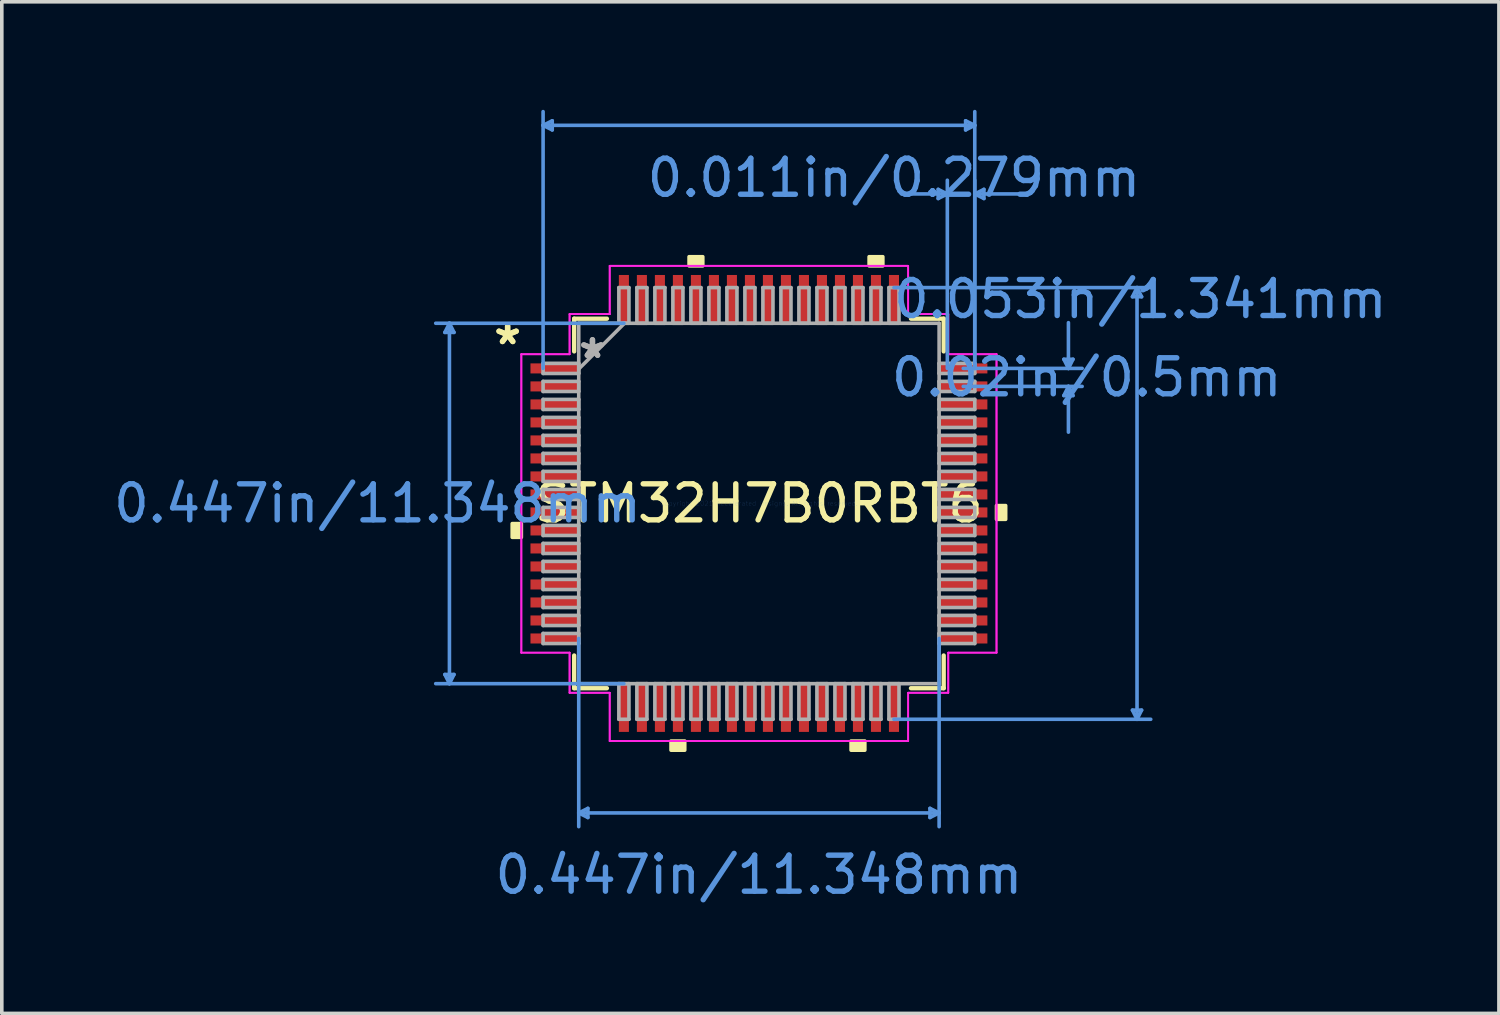
<source format=kicad_pcb>
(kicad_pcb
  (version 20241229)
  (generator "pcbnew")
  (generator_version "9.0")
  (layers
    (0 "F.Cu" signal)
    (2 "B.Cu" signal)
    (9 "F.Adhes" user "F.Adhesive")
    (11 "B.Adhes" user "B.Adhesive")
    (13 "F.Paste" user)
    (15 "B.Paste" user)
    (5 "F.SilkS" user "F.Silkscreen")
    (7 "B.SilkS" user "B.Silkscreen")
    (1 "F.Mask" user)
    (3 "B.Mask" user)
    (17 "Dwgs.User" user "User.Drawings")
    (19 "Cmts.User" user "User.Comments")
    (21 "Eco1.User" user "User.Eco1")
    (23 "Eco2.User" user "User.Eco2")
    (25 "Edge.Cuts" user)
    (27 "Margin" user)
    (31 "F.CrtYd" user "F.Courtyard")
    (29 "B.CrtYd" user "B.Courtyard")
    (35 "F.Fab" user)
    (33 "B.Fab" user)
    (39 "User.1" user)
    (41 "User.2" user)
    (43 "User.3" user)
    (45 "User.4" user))
  (footprint "STM32H7B0RBT6"
    (layer "F.Cu")
    (at 18.026 10.931)
    (property "Reference" "STM32H7B0RBT6" (at 0 0 0) (layer "F.SilkS") (effects (font (size 1 1) (thickness 0.15))))
    (attr through_hole)
    (fp_line (start -5.131 -5.131) (end -5.131 -4.222) (stroke (width 0.12) (type solid)) (layer "F.SilkS"))
    (fp_line (start -5.131 4.222) (end -5.131 5.131) (stroke (width 0.12) (type solid)) (layer "F.SilkS"))
    (fp_line (start -5.131 5.131) (end -4.222 5.131) (stroke (width 0.12) (type solid)) (layer "F.SilkS"))
    (fp_line (start -4.222 -5.131) (end -5.131 -5.131) (stroke (width 0.12) (type solid)) (layer "F.SilkS"))
    (fp_line (start 4.222 5.131) (end 5.131 5.131) (stroke (width 0.12) (type solid)) (layer "F.SilkS"))
    (fp_line (start 5.131 -5.131) (end 4.222 -5.131) (stroke (width 0.12) (type solid)) (layer "F.SilkS"))
    (fp_line (start 5.131 -4.222) (end 5.131 -5.131) (stroke (width 0.12) (type solid)) (layer "F.SilkS"))
    (fp_line (start 5.131 5.131) (end 5.131 4.222) (stroke (width 0.12) (type solid)) (layer "F.SilkS"))
    (fp_poly (pts (xy -6.852 0.56) (xy -6.852 0.941) (xy -6.598 0.941) (xy -6.598 0.56)) (stroke (width 0.1) (type solid)) (fill yes) (layer "F.SilkS"))
    (fp_poly (pts (xy -2.441 6.598) (xy -2.441 6.852) (xy -2.06 6.852) (xy -2.06 6.598)) (stroke (width 0.1) (type solid)) (fill yes) (layer "F.SilkS"))
    (fp_poly (pts (xy -1.94 -6.598) (xy -1.94 -6.852) (xy -1.559 -6.852) (xy -1.559 -6.598)) (stroke (width 0.1) (type solid)) (fill yes) (layer "F.SilkS"))
    (fp_poly (pts (xy 2.559 6.598) (xy 2.559 6.852) (xy 2.941 6.852) (xy 2.941 6.598)) (stroke (width 0.1) (type solid)) (fill yes) (layer "F.SilkS"))
    (fp_poly (pts (xy 3.06 -6.598) (xy 3.06 -6.852) (xy 3.441 -6.852) (xy 3.441 -6.598)) (stroke (width 0.1) (type solid)) (fill yes) (layer "F.SilkS"))
    (fp_poly (pts (xy 6.852 0.059) (xy 6.852 0.441) (xy 6.598 0.441) (xy 6.598 0.059)) (stroke (width 0.1) (type solid)) (fill yes) (layer "F.SilkS"))
    (fp_line (start -8.722 -4.75) (end -8.468 -4.75) (stroke (width 0.1) (type solid)) (layer "Cmts.User"))
    (fp_line (start -8.722 4.75) (end -8.468 4.75) (stroke (width 0.1) (type solid)) (layer "Cmts.User"))
    (fp_line (start -8.595 -5.004) (end -8.722 -4.75) (stroke (width 0.1) (type solid)) (layer "Cmts.User"))
    (fp_line (start -8.595 -5.004) (end -8.595 5.004) (stroke (width 0.1) (type solid)) (layer "Cmts.User"))
    (fp_line (start -8.595 -5.004) (end -8.468 -4.75) (stroke (width 0.1) (type solid)) (layer "Cmts.User"))
    (fp_line (start -8.595 5.004) (end -8.722 4.75) (stroke (width 0.1) (type solid)) (layer "Cmts.User"))
    (fp_line (start -8.595 5.004) (end -8.468 4.75) (stroke (width 0.1) (type solid)) (layer "Cmts.User"))
    (fp_line (start -5.994 -10.5) (end -5.74 -10.627) (stroke (width 0.1) (type solid)) (layer "Cmts.User"))
    (fp_line (start -5.994 -10.5) (end -5.74 -10.373) (stroke (width 0.1) (type solid)) (layer "Cmts.User"))
    (fp_line (start -5.994 -10.5) (end 5.994 -10.5) (stroke (width 0.1) (type solid)) (layer "Cmts.User"))
    (fp_line (start -5.994 -3.75) (end -5.994 -10.881) (stroke (width 0.1) (type solid)) (layer "Cmts.User"))
    (fp_line (start -5.74 -10.627) (end -5.74 -10.373) (stroke (width 0.1) (type solid)) (layer "Cmts.User"))
    (fp_line (start -5.004 3.75) (end -5.004 8.976) (stroke (width 0.1) (type solid)) (layer "Cmts.User"))
    (fp_line (start -5.004 8.595) (end -4.75 8.468) (stroke (width 0.1) (type solid)) (layer "Cmts.User"))
    (fp_line (start -5.004 8.595) (end -4.75 8.722) (stroke (width 0.1) (type solid)) (layer "Cmts.User"))
    (fp_line (start -5.004 8.595) (end 5.004 8.595) (stroke (width 0.1) (type solid)) (layer "Cmts.User"))
    (fp_line (start -4.75 8.468) (end -4.75 8.722) (stroke (width 0.1) (type solid)) (layer "Cmts.User"))
    (fp_line (start -3.75 -5.004) (end -8.976 -5.004) (stroke (width 0.1) (type solid)) (layer "Cmts.User"))
    (fp_line (start -3.75 5.004) (end -8.976 5.004) (stroke (width 0.1) (type solid)) (layer "Cmts.User"))
    (fp_line (start 3.75 -5.994) (end 10.881 -5.994) (stroke (width 0.1) (type solid)) (layer "Cmts.User"))
    (fp_line (start 3.75 5.994) (end 10.881 5.994) (stroke (width 0.1) (type solid)) (layer "Cmts.User"))
    (fp_line (start 4.75 8.468) (end 4.75 8.722) (stroke (width 0.1) (type solid)) (layer "Cmts.User"))
    (fp_line (start 4.978 -8.722) (end 4.978 -8.468) (stroke (width 0.1) (type solid)) (layer "Cmts.User"))
    (fp_line (start 5.004 3.75) (end 5.004 8.976) (stroke (width 0.1) (type solid)) (layer "Cmts.User"))
    (fp_line (start 5.004 8.595) (end 4.75 8.468) (stroke (width 0.1) (type solid)) (layer "Cmts.User"))
    (fp_line (start 5.004 8.595) (end 4.75 8.722) (stroke (width 0.1) (type solid)) (layer "Cmts.User"))
    (fp_line (start 5.232 -8.595) (end 3.962 -8.595) (stroke (width 0.1) (type solid)) (layer "Cmts.User"))
    (fp_line (start 5.232 -8.595) (end 4.978 -8.722) (stroke (width 0.1) (type solid)) (layer "Cmts.User"))
    (fp_line (start 5.232 -8.595) (end 4.978 -8.468) (stroke (width 0.1) (type solid)) (layer "Cmts.User"))
    (fp_line (start 5.232 -3.75) (end 5.232 -8.976) (stroke (width 0.1) (type solid)) (layer "Cmts.User"))
    (fp_line (start 5.674 -3.75) (end 8.976 -3.75) (stroke (width 0.1) (type solid)) (layer "Cmts.User"))
    (fp_line (start 5.674 -3.25) (end 8.976 -3.25) (stroke (width 0.1) (type solid)) (layer "Cmts.User"))
    (fp_line (start 5.74 -10.627) (end 5.74 -10.373) (stroke (width 0.1) (type solid)) (layer "Cmts.User"))
    (fp_line (start 5.994 -10.5) (end 5.74 -10.627) (stroke (width 0.1) (type solid)) (layer "Cmts.User"))
    (fp_line (start 5.994 -10.5) (end 5.74 -10.373) (stroke (width 0.1) (type solid)) (layer "Cmts.User"))
    (fp_line (start 5.994 -8.595) (end 6.248 -8.722) (stroke (width 0.1) (type solid)) (layer "Cmts.User"))
    (fp_line (start 5.994 -8.595) (end 6.248 -8.468) (stroke (width 0.1) (type solid)) (layer "Cmts.User"))
    (fp_line (start 5.994 -8.595) (end 7.264 -8.595) (stroke (width 0.1) (type solid)) (layer "Cmts.User"))
    (fp_line (start 5.994 -3.75) (end 5.994 -10.881) (stroke (width 0.1) (type solid)) (layer "Cmts.User"))
    (fp_line (start 5.994 -3.75) (end 5.994 -8.976) (stroke (width 0.1) (type solid)) (layer "Cmts.User"))
    (fp_line (start 6.248 -8.722) (end 6.248 -8.468) (stroke (width 0.1) (type solid)) (layer "Cmts.User"))
    (fp_line (start 8.468 -4.004) (end 8.722 -4.004) (stroke (width 0.1) (type solid)) (layer "Cmts.User"))
    (fp_line (start 8.468 -2.996) (end 8.722 -2.996) (stroke (width 0.1) (type solid)) (layer "Cmts.User"))
    (fp_line (start 8.595 -3.75) (end 8.468 -4.004) (stroke (width 0.1) (type solid)) (layer "Cmts.User"))
    (fp_line (start 8.595 -3.75) (end 8.595 -5.02) (stroke (width 0.1) (type solid)) (layer "Cmts.User"))
    (fp_line (start 8.595 -3.75) (end 8.722 -4.004) (stroke (width 0.1) (type solid)) (layer "Cmts.User"))
    (fp_line (start 8.595 -3.25) (end 8.468 -2.996) (stroke (width 0.1) (type solid)) (layer "Cmts.User"))
    (fp_line (start 8.595 -3.25) (end 8.595 -1.98) (stroke (width 0.1) (type solid)) (layer "Cmts.User"))
    (fp_line (start 8.595 -3.25) (end 8.722 -2.996) (stroke (width 0.1) (type solid)) (layer "Cmts.User"))
    (fp_line (start 10.373 -5.74) (end 10.627 -5.74) (stroke (width 0.1) (type solid)) (layer "Cmts.User"))
    (fp_line (start 10.373 5.74) (end 10.627 5.74) (stroke (width 0.1) (type solid)) (layer "Cmts.User"))
    (fp_line (start 10.5 -5.994) (end 10.373 -5.74) (stroke (width 0.1) (type solid)) (layer "Cmts.User"))
    (fp_line (start 10.5 -5.994) (end 10.5 5.994) (stroke (width 0.1) (type solid)) (layer "Cmts.User"))
    (fp_line (start 10.5 -5.994) (end 10.627 -5.74) (stroke (width 0.1) (type solid)) (layer "Cmts.User"))
    (fp_line (start 10.5 5.994) (end 10.373 5.74) (stroke (width 0.1) (type solid)) (layer "Cmts.User"))
    (fp_line (start 10.5 5.994) (end 10.627 5.74) (stroke (width 0.1) (type solid)) (layer "Cmts.User"))
    (fp_line (start -6.598 -4.144) (end -5.258 -4.144) (stroke (width 0.05) (type solid)) (layer "F.CrtYd"))
    (fp_line (start -6.598 -4.144) (end -5.258 -4.144) (stroke (width 0.05) (type solid)) (layer "F.CrtYd"))
    (fp_line (start -6.598 4.144) (end -6.598 -4.144) (stroke (width 0.05) (type solid)) (layer "F.CrtYd"))
    (fp_line (start -6.598 4.144) (end -6.598 -4.144) (stroke (width 0.05) (type solid)) (layer "F.CrtYd"))
    (fp_line (start -5.258 -5.258) (end -4.144 -5.258) (stroke (width 0.05) (type solid)) (layer "F.CrtYd"))
    (fp_line (start -5.258 -5.258) (end -4.144 -5.258) (stroke (width 0.05) (type solid)) (layer "F.CrtYd"))
    (fp_line (start -5.258 -4.144) (end -5.258 -5.258) (stroke (width 0.05) (type solid)) (layer "F.CrtYd"))
    (fp_line (start -5.258 -4.144) (end -5.258 -5.258) (stroke (width 0.05) (type solid)) (layer "F.CrtYd"))
    (fp_line (start -5.258 4.144) (end -6.598 4.144) (stroke (width 0.05) (type solid)) (layer "F.CrtYd"))
    (fp_line (start -5.258 4.144) (end -6.598 4.144) (stroke (width 0.05) (type solid)) (layer "F.CrtYd"))
    (fp_line (start -5.258 5.258) (end -5.258 4.144) (stroke (width 0.05) (type solid)) (layer "F.CrtYd"))
    (fp_line (start -5.258 5.258) (end -5.258 4.144) (stroke (width 0.05) (type solid)) (layer "F.CrtYd"))
    (fp_line (start -5.258 5.258) (end -4.144 5.258) (stroke (width 0.05) (type solid)) (layer "F.CrtYd"))
    (fp_line (start -4.144 -6.598) (end 4.144 -6.598) (stroke (width 0.05) (type solid)) (layer "F.CrtYd"))
    (fp_line (start -4.144 -6.598) (end 4.144 -6.598) (stroke (width 0.05) (type solid)) (layer "F.CrtYd"))
    (fp_line (start -4.144 -5.258) (end -4.144 -6.598) (stroke (width 0.05) (type solid)) (layer "F.CrtYd"))
    (fp_line (start -4.144 -5.258) (end -4.144 -6.598) (stroke (width 0.05) (type solid)) (layer "F.CrtYd"))
    (fp_line (start -4.144 5.258) (end -5.258 5.258) (stroke (width 0.05) (type solid)) (layer "F.CrtYd"))
    (fp_line (start -4.144 5.258) (end -4.144 6.598) (stroke (width 0.05) (type solid)) (layer "F.CrtYd"))
    (fp_line (start -4.144 6.598) (end -4.144 5.258) (stroke (width 0.05) (type solid)) (layer "F.CrtYd"))
    (fp_line (start -4.144 6.598) (end 4.144 6.598) (stroke (width 0.05) (type solid)) (layer "F.CrtYd"))
    (fp_line (start 4.144 -6.598) (end 4.144 -5.258) (stroke (width 0.05) (type solid)) (layer "F.CrtYd"))
    (fp_line (start 4.144 -6.598) (end 4.144 -5.258) (stroke (width 0.05) (type solid)) (layer "F.CrtYd"))
    (fp_line (start 4.144 -5.258) (end 5.258 -5.258) (stroke (width 0.05) (type solid)) (layer "F.CrtYd"))
    (fp_line (start 4.144 -5.258) (end 5.258 -5.258) (stroke (width 0.05) (type solid)) (layer "F.CrtYd"))
    (fp_line (start 4.144 5.258) (end 4.144 6.598) (stroke (width 0.05) (type solid)) (layer "F.CrtYd"))
    (fp_line (start 4.144 5.258) (end 5.258 5.258) (stroke (width 0.05) (type solid)) (layer "F.CrtYd"))
    (fp_line (start 4.144 6.598) (end -4.144 6.598) (stroke (width 0.05) (type solid)) (layer "F.CrtYd"))
    (fp_line (start 4.144 6.598) (end 4.144 5.258) (stroke (width 0.05) (type solid)) (layer "F.CrtYd"))
    (fp_line (start 5.258 -5.258) (end 5.258 -4.144) (stroke (width 0.05) (type solid)) (layer "F.CrtYd"))
    (fp_line (start 5.258 -4.144) (end 5.258 -5.258) (stroke (width 0.05) (type solid)) (layer "F.CrtYd"))
    (fp_line (start 5.258 -4.144) (end 6.598 -4.144) (stroke (width 0.05) (type solid)) (layer "F.CrtYd"))
    (fp_line (start 5.258 4.144) (end 5.258 5.258) (stroke (width 0.05) (type solid)) (layer "F.CrtYd"))
    (fp_line (start 5.258 4.144) (end 6.598 4.144) (stroke (width 0.05) (type solid)) (layer "F.CrtYd"))
    (fp_line (start 5.258 5.258) (end 4.144 5.258) (stroke (width 0.05) (type solid)) (layer "F.CrtYd"))
    (fp_line (start 5.258 5.258) (end 5.258 4.144) (stroke (width 0.05) (type solid)) (layer "F.CrtYd"))
    (fp_line (start 6.598 -4.144) (end 5.258 -4.144) (stroke (width 0.05) (type solid)) (layer "F.CrtYd"))
    (fp_line (start 6.598 -4.144) (end 6.598 4.144) (stroke (width 0.05) (type solid)) (layer "F.CrtYd"))
    (fp_line (start 6.598 4.144) (end 5.258 4.144) (stroke (width 0.05) (type solid)) (layer "F.CrtYd"))
    (fp_line (start 6.598 4.144) (end 6.598 -4.144) (stroke (width 0.05) (type solid)) (layer "F.CrtYd"))
    (fp_line (start -5.994 -3.89) (end -5.994 -3.61) (stroke (width 0.1) (type solid)) (layer "F.Fab"))
    (fp_line (start -5.994 -3.61) (end -5.004 -3.61) (stroke (width 0.1) (type solid)) (layer "F.Fab"))
    (fp_line (start -5.994 -3.39) (end -5.994 -3.11) (stroke (width 0.1) (type solid)) (layer "F.Fab"))
    (fp_line (start -5.994 -3.11) (end -5.004 -3.11) (stroke (width 0.1) (type solid)) (layer "F.Fab"))
    (fp_line (start -5.994 -2.89) (end -5.994 -2.61) (stroke (width 0.1) (type solid)) (layer "F.Fab"))
    (fp_line (start -5.994 -2.61) (end -5.004 -2.61) (stroke (width 0.1) (type solid)) (layer "F.Fab"))
    (fp_line (start -5.994 -2.39) (end -5.994 -2.11) (stroke (width 0.1) (type solid)) (layer "F.Fab"))
    (fp_line (start -5.994 -2.11) (end -5.004 -2.11) (stroke (width 0.1) (type solid)) (layer "F.Fab"))
    (fp_line (start -5.994 -1.89) (end -5.994 -1.61) (stroke (width 0.1) (type solid)) (layer "F.Fab"))
    (fp_line (start -5.994 -1.61) (end -5.004 -1.61) (stroke (width 0.1) (type solid)) (layer "F.Fab"))
    (fp_line (start -5.994 -1.39) (end -5.994 -1.11) (stroke (width 0.1) (type solid)) (layer "F.Fab"))
    (fp_line (start -5.994 -1.11) (end -5.004 -1.11) (stroke (width 0.1) (type solid)) (layer "F.Fab"))
    (fp_line (start -5.994 -0.89) (end -5.994 -0.61) (stroke (width 0.1) (type solid)) (layer "F.Fab"))
    (fp_line (start -5.994 -0.61) (end -5.004 -0.61) (stroke (width 0.1) (type solid)) (layer "F.Fab"))
    (fp_line (start -5.994 -0.39) (end -5.994 -0.11) (stroke (width 0.1) (type solid)) (layer "F.Fab"))
    (fp_line (start -5.994 -0.11) (end -5.004 -0.11) (stroke (width 0.1) (type solid)) (layer "F.Fab"))
    (fp_line (start -5.994 0.11) (end -5.994 0.39) (stroke (width 0.1) (type solid)) (layer "F.Fab"))
    (fp_line (start -5.994 0.39) (end -5.004 0.39) (stroke (width 0.1) (type solid)) (layer "F.Fab"))
    (fp_line (start -5.994 0.61) (end -5.994 0.89) (stroke (width 0.1) (type solid)) (layer "F.Fab"))
    (fp_line (start -5.994 0.89) (end -5.004 0.89) (stroke (width 0.1) (type solid)) (layer "F.Fab"))
    (fp_line (start -5.994 1.11) (end -5.994 1.39) (stroke (width 0.1) (type solid)) (layer "F.Fab"))
    (fp_line (start -5.994 1.39) (end -5.004 1.39) (stroke (width 0.1) (type solid)) (layer "F.Fab"))
    (fp_line (start -5.994 1.61) (end -5.994 1.89) (stroke (width 0.1) (type solid)) (layer "F.Fab"))
    (fp_line (start -5.994 1.89) (end -5.004 1.89) (stroke (width 0.1) (type solid)) (layer "F.Fab"))
    (fp_line (start -5.994 2.11) (end -5.994 2.39) (stroke (width 0.1) (type solid)) (layer "F.Fab"))
    (fp_line (start -5.994 2.39) (end -5.004 2.39) (stroke (width 0.1) (type solid)) (layer "F.Fab"))
    (fp_line (start -5.994 2.61) (end -5.994 2.89) (stroke (width 0.1) (type solid)) (layer "F.Fab"))
    (fp_line (start -5.994 2.89) (end -5.004 2.89) (stroke (width 0.1) (type solid)) (layer "F.Fab"))
    (fp_line (start -5.994 3.11) (end -5.994 3.39) (stroke (width 0.1) (type solid)) (layer "F.Fab"))
    (fp_line (start -5.994 3.39) (end -5.004 3.39) (stroke (width 0.1) (type solid)) (layer "F.Fab"))
    (fp_line (start -5.994 3.61) (end -5.994 3.89) (stroke (width 0.1) (type solid)) (layer "F.Fab"))
    (fp_line (start -5.994 3.89) (end -5.004 3.89) (stroke (width 0.1) (type solid)) (layer "F.Fab"))
    (fp_line (start -5.004 -5.004) (end -5.004 5.004) (stroke (width 0.1) (type solid)) (layer "F.Fab"))
    (fp_line (start -5.004 -3.89) (end -5.994 -3.89) (stroke (width 0.1) (type solid)) (layer "F.Fab"))
    (fp_line (start -5.004 -3.734) (end -3.734 -5.004) (stroke (width 0.1) (type solid)) (layer "F.Fab"))
    (fp_line (start -5.004 -3.61) (end -5.004 -3.89) (stroke (width 0.1) (type solid)) (layer "F.Fab"))
    (fp_line (start -5.004 -3.39) (end -5.994 -3.39) (stroke (width 0.1) (type solid)) (layer "F.Fab"))
    (fp_line (start -5.004 -3.11) (end -5.004 -3.39) (stroke (width 0.1) (type solid)) (layer "F.Fab"))
    (fp_line (start -5.004 -2.89) (end -5.994 -2.89) (stroke (width 0.1) (type solid)) (layer "F.Fab"))
    (fp_line (start -5.004 -2.61) (end -5.004 -2.89) (stroke (width 0.1) (type solid)) (layer "F.Fab"))
    (fp_line (start -5.004 -2.39) (end -5.994 -2.39) (stroke (width 0.1) (type solid)) (layer "F.Fab"))
    (fp_line (start -5.004 -2.11) (end -5.004 -2.39) (stroke (width 0.1) (type solid)) (layer "F.Fab"))
    (fp_line (start -5.004 -1.89) (end -5.994 -1.89) (stroke (width 0.1) (type solid)) (layer "F.Fab"))
    (fp_line (start -5.004 -1.61) (end -5.004 -1.89) (stroke (width 0.1) (type solid)) (layer "F.Fab"))
    (fp_line (start -5.004 -1.39) (end -5.994 -1.39) (stroke (width 0.1) (type solid)) (layer "F.Fab"))
    (fp_line (start -5.004 -1.11) (end -5.004 -1.39) (stroke (width 0.1) (type solid)) (layer "F.Fab"))
    (fp_line (start -5.004 -0.89) (end -5.994 -0.89) (stroke (width 0.1) (type solid)) (layer "F.Fab"))
    (fp_line (start -5.004 -0.61) (end -5.004 -0.89) (stroke (width 0.1) (type solid)) (layer "F.Fab"))
    (fp_line (start -5.004 -0.39) (end -5.994 -0.39) (stroke (width 0.1) (type solid)) (layer "F.Fab"))
    (fp_line (start -5.004 -0.11) (end -5.004 -0.39) (stroke (width 0.1) (type solid)) (layer "F.Fab"))
    (fp_line (start -5.004 0.11) (end -5.994 0.11) (stroke (width 0.1) (type solid)) (layer "F.Fab"))
    (fp_line (start -5.004 0.39) (end -5.004 0.11) (stroke (width 0.1) (type solid)) (layer "F.Fab"))
    (fp_line (start -5.004 0.61) (end -5.994 0.61) (stroke (width 0.1) (type solid)) (layer "F.Fab"))
    (fp_line (start -5.004 0.89) (end -5.004 0.61) (stroke (width 0.1) (type solid)) (layer "F.Fab"))
    (fp_line (start -5.004 1.11) (end -5.994 1.11) (stroke (width 0.1) (type solid)) (layer "F.Fab"))
    (fp_line (start -5.004 1.39) (end -5.004 1.11) (stroke (width 0.1) (type solid)) (layer "F.Fab"))
    (fp_line (start -5.004 1.61) (end -5.994 1.61) (stroke (width 0.1) (type solid)) (layer "F.Fab"))
    (fp_line (start -5.004 1.89) (end -5.004 1.61) (stroke (width 0.1) (type solid)) (layer "F.Fab"))
    (fp_line (start -5.004 2.11) (end -5.994 2.11) (stroke (width 0.1) (type solid)) (layer "F.Fab"))
    (fp_line (start -5.004 2.39) (end -5.004 2.11) (stroke (width 0.1) (type solid)) (layer "F.Fab"))
    (fp_line (start -5.004 2.61) (end -5.994 2.61) (stroke (width 0.1) (type solid)) (layer "F.Fab"))
    (fp_line (start -5.004 2.89) (end -5.004 2.61) (stroke (width 0.1) (type solid)) (layer "F.Fab"))
    (fp_line (start -5.004 3.11) (end -5.994 3.11) (stroke (width 0.1) (type solid)) (layer "F.Fab"))
    (fp_line (start -5.004 3.39) (end -5.004 3.11) (stroke (width 0.1) (type solid)) (layer "F.Fab"))
    (fp_line (start -5.004 3.61) (end -5.994 3.61) (stroke (width 0.1) (type solid)) (layer "F.Fab"))
    (fp_line (start -5.004 3.89) (end -5.004 3.61) (stroke (width 0.1) (type solid)) (layer "F.Fab"))
    (fp_line (start -5.004 5.004) (end 5.004 5.004) (stroke (width 0.1) (type solid)) (layer "F.Fab"))
    (fp_line (start -3.89 -5.994) (end -3.89 -5.004) (stroke (width 0.1) (type solid)) (layer "F.Fab"))
    (fp_line (start -3.89 -5.004) (end -3.61 -5.004) (stroke (width 0.1) (type solid)) (layer "F.Fab"))
    (fp_line (start -3.89 5.004) (end -3.89 5.994) (stroke (width 0.1) (type solid)) (layer "F.Fab"))
    (fp_line (start -3.89 5.994) (end -3.61 5.994) (stroke (width 0.1) (type solid)) (layer "F.Fab"))
    (fp_line (start -3.61 -5.994) (end -3.89 -5.994) (stroke (width 0.1) (type solid)) (layer "F.Fab"))
    (fp_line (start -3.61 -5.004) (end -3.61 -5.994) (stroke (width 0.1) (type solid)) (layer "F.Fab"))
    (fp_line (start -3.61 5.004) (end -3.89 5.004) (stroke (width 0.1) (type solid)) (layer "F.Fab"))
    (fp_line (start -3.61 5.994) (end -3.61 5.004) (stroke (width 0.1) (type solid)) (layer "F.Fab"))
    (fp_line (start -3.39 -5.994) (end -3.39 -5.004) (stroke (width 0.1) (type solid)) (layer "F.Fab"))
    (fp_line (start -3.39 -5.004) (end -3.11 -5.004) (stroke (width 0.1) (type solid)) (layer "F.Fab"))
    (fp_line (start -3.39 5.004) (end -3.39 5.994) (stroke (width 0.1) (type solid)) (layer "F.Fab"))
    (fp_line (start -3.39 5.994) (end -3.11 5.994) (stroke (width 0.1) (type solid)) (layer "F.Fab"))
    (fp_line (start -3.11 -5.994) (end -3.39 -5.994) (stroke (width 0.1) (type solid)) (layer "F.Fab"))
    (fp_line (start -3.11 -5.004) (end -3.11 -5.994) (stroke (width 0.1) (type solid)) (layer "F.Fab"))
    (fp_line (start -3.11 5.004) (end -3.39 5.004) (stroke (width 0.1) (type solid)) (layer "F.Fab"))
    (fp_line (start -3.11 5.994) (end -3.11 5.004) (stroke (width 0.1) (type solid)) (layer "F.Fab"))
    (fp_line (start -2.89 -5.994) (end -2.89 -5.004) (stroke (width 0.1) (type solid)) (layer "F.Fab"))
    (fp_line (start -2.89 -5.004) (end -2.61 -5.004) (stroke (width 0.1) (type solid)) (layer "F.Fab"))
    (fp_line (start -2.89 5.004) (end -2.89 5.994) (stroke (width 0.1) (type solid)) (layer "F.Fab"))
    (fp_line (start -2.89 5.994) (end -2.61 5.994) (stroke (width 0.1) (type solid)) (layer "F.Fab"))
    (fp_line (start -2.61 -5.994) (end -2.89 -5.994) (stroke (width 0.1) (type solid)) (layer "F.Fab"))
    (fp_line (start -2.61 -5.004) (end -2.61 -5.994) (stroke (width 0.1) (type solid)) (layer "F.Fab"))
    (fp_line (start -2.61 5.004) (end -2.89 5.004) (stroke (width 0.1) (type solid)) (layer "F.Fab"))
    (fp_line (start -2.61 5.994) (end -2.61 5.004) (stroke (width 0.1) (type solid)) (layer "F.Fab"))
    (fp_line (start -2.39 -5.994) (end -2.39 -5.004) (stroke (width 0.1) (type solid)) (layer "F.Fab"))
    (fp_line (start -2.39 -5.004) (end -2.11 -5.004) (stroke (width 0.1) (type solid)) (layer "F.Fab"))
    (fp_line (start -2.39 5.004) (end -2.39 5.994) (stroke (width 0.1) (type solid)) (layer "F.Fab"))
    (fp_line (start -2.39 5.994) (end -2.11 5.994) (stroke (width 0.1) (type solid)) (layer "F.Fab"))
    (fp_line (start -2.11 -5.994) (end -2.39 -5.994) (stroke (width 0.1) (type solid)) (layer "F.Fab"))
    (fp_line (start -2.11 -5.004) (end -2.11 -5.994) (stroke (width 0.1) (type solid)) (layer "F.Fab"))
    (fp_line (start -2.11 5.004) (end -2.39 5.004) (stroke (width 0.1) (type solid)) (layer "F.Fab"))
    (fp_line (start -2.11 5.994) (end -2.11 5.004) (stroke (width 0.1) (type solid)) (layer "F.Fab"))
    (fp_line (start -1.89 -5.994) (end -1.89 -5.004) (stroke (width 0.1) (type solid)) (layer "F.Fab"))
    (fp_line (start -1.89 -5.004) (end -1.61 -5.004) (stroke (width 0.1) (type solid)) (layer "F.Fab"))
    (fp_line (start -1.89 5.004) (end -1.89 5.994) (stroke (width 0.1) (type solid)) (layer "F.Fab"))
    (fp_line (start -1.89 5.994) (end -1.61 5.994) (stroke (width 0.1) (type solid)) (layer "F.Fab"))
    (fp_line (start -1.61 -5.994) (end -1.89 -5.994) (stroke (width 0.1) (type solid)) (layer "F.Fab"))
    (fp_line (start -1.61 -5.004) (end -1.61 -5.994) (stroke (width 0.1) (type solid)) (layer "F.Fab"))
    (fp_line (start -1.61 5.004) (end -1.89 5.004) (stroke (width 0.1) (type solid)) (layer "F.Fab"))
    (fp_line (start -1.61 5.994) (end -1.61 5.004) (stroke (width 0.1) (type solid)) (layer "F.Fab"))
    (fp_line (start -1.39 -5.994) (end -1.39 -5.004) (stroke (width 0.1) (type solid)) (layer "F.Fab"))
    (fp_line (start -1.39 -5.004) (end -1.11 -5.004) (stroke (width 0.1) (type solid)) (layer "F.Fab"))
    (fp_line (start -1.39 5.004) (end -1.39 5.994) (stroke (width 0.1) (type solid)) (layer "F.Fab"))
    (fp_line (start -1.39 5.994) (end -1.11 5.994) (stroke (width 0.1) (type solid)) (layer "F.Fab"))
    (fp_line (start -1.11 -5.994) (end -1.39 -5.994) (stroke (width 0.1) (type solid)) (layer "F.Fab"))
    (fp_line (start -1.11 -5.004) (end -1.11 -5.994) (stroke (width 0.1) (type solid)) (layer "F.Fab"))
    (fp_line (start -1.11 5.004) (end -1.39 5.004) (stroke (width 0.1) (type solid)) (layer "F.Fab"))
    (fp_line (start -1.11 5.994) (end -1.11 5.004) (stroke (width 0.1) (type solid)) (layer "F.Fab"))
    (fp_line (start -0.89 -5.994) (end -0.89 -5.004) (stroke (width 0.1) (type solid)) (layer "F.Fab"))
    (fp_line (start -0.89 -5.004) (end -0.61 -5.004) (stroke (width 0.1) (type solid)) (layer "F.Fab"))
    (fp_line (start -0.89 5.004) (end -0.89 5.994) (stroke (width 0.1) (type solid)) (layer "F.Fab"))
    (fp_line (start -0.89 5.994) (end -0.61 5.994) (stroke (width 0.1) (type solid)) (layer "F.Fab"))
    (fp_line (start -0.61 -5.994) (end -0.89 -5.994) (stroke (width 0.1) (type solid)) (layer "F.Fab"))
    (fp_line (start -0.61 -5.004) (end -0.61 -5.994) (stroke (width 0.1) (type solid)) (layer "F.Fab"))
    (fp_line (start -0.61 5.004) (end -0.89 5.004) (stroke (width 0.1) (type solid)) (layer "F.Fab"))
    (fp_line (start -0.61 5.994) (end -0.61 5.004) (stroke (width 0.1) (type solid)) (layer "F.Fab"))
    (fp_line (start -0.39 -5.994) (end -0.39 -5.004) (stroke (width 0.1) (type solid)) (layer "F.Fab"))
    (fp_line (start -0.39 -5.004) (end -0.11 -5.004) (stroke (width 0.1) (type solid)) (layer "F.Fab"))
    (fp_line (start -0.39 5.004) (end -0.39 5.994) (stroke (width 0.1) (type solid)) (layer "F.Fab"))
    (fp_line (start -0.39 5.994) (end -0.11 5.994) (stroke (width 0.1) (type solid)) (layer "F.Fab"))
    (fp_line (start -0.11 -5.994) (end -0.39 -5.994) (stroke (width 0.1) (type solid)) (layer "F.Fab"))
    (fp_line (start -0.11 -5.004) (end -0.11 -5.994) (stroke (width 0.1) (type solid)) (layer "F.Fab"))
    (fp_line (start -0.11 5.004) (end -0.39 5.004) (stroke (width 0.1) (type solid)) (layer "F.Fab"))
    (fp_line (start -0.11 5.994) (end -0.11 5.004) (stroke (width 0.1) (type solid)) (layer "F.Fab"))
    (fp_line (start 0.11 -5.994) (end 0.11 -5.004) (stroke (width 0.1) (type solid)) (layer "F.Fab"))
    (fp_line (start 0.11 -5.004) (end 0.39 -5.004) (stroke (width 0.1) (type solid)) (layer "F.Fab"))
    (fp_line (start 0.11 5.004) (end 0.11 5.994) (stroke (width 0.1) (type solid)) (layer "F.Fab"))
    (fp_line (start 0.11 5.994) (end 0.39 5.994) (stroke (width 0.1) (type solid)) (layer "F.Fab"))
    (fp_line (start 0.39 -5.994) (end 0.11 -5.994) (stroke (width 0.1) (type solid)) (layer "F.Fab"))
    (fp_line (start 0.39 -5.004) (end 0.39 -5.994) (stroke (width 0.1) (type solid)) (layer "F.Fab"))
    (fp_line (start 0.39 5.004) (end 0.11 5.004) (stroke (width 0.1) (type solid)) (layer "F.Fab"))
    (fp_line (start 0.39 5.994) (end 0.39 5.004) (stroke (width 0.1) (type solid)) (layer "F.Fab"))
    (fp_line (start 0.61 -5.994) (end 0.61 -5.004) (stroke (width 0.1) (type solid)) (layer "F.Fab"))
    (fp_line (start 0.61 -5.004) (end 0.89 -5.004) (stroke (width 0.1) (type solid)) (layer "F.Fab"))
    (fp_line (start 0.61 5.004) (end 0.61 5.994) (stroke (width 0.1) (type solid)) (layer "F.Fab"))
    (fp_line (start 0.61 5.994) (end 0.89 5.994) (stroke (width 0.1) (type solid)) (layer "F.Fab"))
    (fp_line (start 0.89 -5.994) (end 0.61 -5.994) (stroke (width 0.1) (type solid)) (layer "F.Fab"))
    (fp_line (start 0.89 -5.004) (end 0.89 -5.994) (stroke (width 0.1) (type solid)) (layer "F.Fab"))
    (fp_line (start 0.89 5.004) (end 0.61 5.004) (stroke (width 0.1) (type solid)) (layer "F.Fab"))
    (fp_line (start 0.89 5.994) (end 0.89 5.004) (stroke (width 0.1) (type solid)) (layer "F.Fab"))
    (fp_line (start 1.11 -5.994) (end 1.11 -5.004) (stroke (width 0.1) (type solid)) (layer "F.Fab"))
    (fp_line (start 1.11 -5.004) (end 1.39 -5.004) (stroke (width 0.1) (type solid)) (layer "F.Fab"))
    (fp_line (start 1.11 5.004) (end 1.11 5.994) (stroke (width 0.1) (type solid)) (layer "F.Fab"))
    (fp_line (start 1.11 5.994) (end 1.39 5.994) (stroke (width 0.1) (type solid)) (layer "F.Fab"))
    (fp_line (start 1.39 -5.994) (end 1.11 -5.994) (stroke (width 0.1) (type solid)) (layer "F.Fab"))
    (fp_line (start 1.39 -5.004) (end 1.39 -5.994) (stroke (width 0.1) (type solid)) (layer "F.Fab"))
    (fp_line (start 1.39 5.004) (end 1.11 5.004) (stroke (width 0.1) (type solid)) (layer "F.Fab"))
    (fp_line (start 1.39 5.994) (end 1.39 5.004) (stroke (width 0.1) (type solid)) (layer "F.Fab"))
    (fp_line (start 1.61 -5.994) (end 1.61 -5.004) (stroke (width 0.1) (type solid)) (layer "F.Fab"))
    (fp_line (start 1.61 -5.004) (end 1.89 -5.004) (stroke (width 0.1) (type solid)) (layer "F.Fab"))
    (fp_line (start 1.61 5.004) (end 1.61 5.994) (stroke (width 0.1) (type solid)) (layer "F.Fab"))
    (fp_line (start 1.61 5.994) (end 1.89 5.994) (stroke (width 0.1) (type solid)) (layer "F.Fab"))
    (fp_line (start 1.89 -5.994) (end 1.61 -5.994) (stroke (width 0.1) (type solid)) (layer "F.Fab"))
    (fp_line (start 1.89 -5.004) (end 1.89 -5.994) (stroke (width 0.1) (type solid)) (layer "F.Fab"))
    (fp_line (start 1.89 5.004) (end 1.61 5.004) (stroke (width 0.1) (type solid)) (layer "F.Fab"))
    (fp_line (start 1.89 5.994) (end 1.89 5.004) (stroke (width 0.1) (type solid)) (layer "F.Fab"))
    (fp_line (start 2.11 -5.994) (end 2.11 -5.004) (stroke (width 0.1) (type solid)) (layer "F.Fab"))
    (fp_line (start 2.11 -5.004) (end 2.39 -5.004) (stroke (width 0.1) (type solid)) (layer "F.Fab"))
    (fp_line (start 2.11 5.004) (end 2.11 5.994) (stroke (width 0.1) (type solid)) (layer "F.Fab"))
    (fp_line (start 2.11 5.994) (end 2.39 5.994) (stroke (width 0.1) (type solid)) (layer "F.Fab"))
    (fp_line (start 2.39 -5.994) (end 2.11 -5.994) (stroke (width 0.1) (type solid)) (layer "F.Fab"))
    (fp_line (start 2.39 -5.004) (end 2.39 -5.994) (stroke (width 0.1) (type solid)) (layer "F.Fab"))
    (fp_line (start 2.39 5.004) (end 2.11 5.004) (stroke (width 0.1) (type solid)) (layer "F.Fab"))
    (fp_line (start 2.39 5.994) (end 2.39 5.004) (stroke (width 0.1) (type solid)) (layer "F.Fab"))
    (fp_line (start 2.61 -5.994) (end 2.61 -5.004) (stroke (width 0.1) (type solid)) (layer "F.Fab"))
    (fp_line (start 2.61 -5.004) (end 2.89 -5.004) (stroke (width 0.1) (type solid)) (layer "F.Fab"))
    (fp_line (start 2.61 5.004) (end 2.61 5.994) (stroke (width 0.1) (type solid)) (layer "F.Fab"))
    (fp_line (start 2.61 5.994) (end 2.89 5.994) (stroke (width 0.1) (type solid)) (layer "F.Fab"))
    (fp_line (start 2.89 -5.994) (end 2.61 -5.994) (stroke (width 0.1) (type solid)) (layer "F.Fab"))
    (fp_line (start 2.89 -5.004) (end 2.89 -5.994) (stroke (width 0.1) (type solid)) (layer "F.Fab"))
    (fp_line (start 2.89 5.004) (end 2.61 5.004) (stroke (width 0.1) (type solid)) (layer "F.Fab"))
    (fp_line (start 2.89 5.994) (end 2.89 5.004) (stroke (width 0.1) (type solid)) (layer "F.Fab"))
    (fp_line (start 3.11 -5.994) (end 3.11 -5.004) (stroke (width 0.1) (type solid)) (layer "F.Fab"))
    (fp_line (start 3.11 -5.004) (end 3.39 -5.004) (stroke (width 0.1) (type solid)) (layer "F.Fab"))
    (fp_line (start 3.11 5.004) (end 3.11 5.994) (stroke (width 0.1) (type solid)) (layer "F.Fab"))
    (fp_line (start 3.11 5.994) (end 3.39 5.994) (stroke (width 0.1) (type solid)) (layer "F.Fab"))
    (fp_line (start 3.39 -5.994) (end 3.11 -5.994) (stroke (width 0.1) (type solid)) (layer "F.Fab"))
    (fp_line (start 3.39 -5.004) (end 3.39 -5.994) (stroke (width 0.1) (type solid)) (layer "F.Fab"))
    (fp_line (start 3.39 5.004) (end 3.11 5.004) (stroke (width 0.1) (type solid)) (layer "F.Fab"))
    (fp_line (start 3.39 5.994) (end 3.39 5.004) (stroke (width 0.1) (type solid)) (layer "F.Fab"))
    (fp_line (start 3.61 -5.994) (end 3.61 -5.004) (stroke (width 0.1) (type solid)) (layer "F.Fab"))
    (fp_line (start 3.61 -5.004) (end 3.89 -5.004) (stroke (width 0.1) (type solid)) (layer "F.Fab"))
    (fp_line (start 3.61 5.004) (end 3.61 5.994) (stroke (width 0.1) (type solid)) (layer "F.Fab"))
    (fp_line (start 3.61 5.994) (end 3.89 5.994) (stroke (width 0.1) (type solid)) (layer "F.Fab"))
    (fp_line (start 3.89 -5.994) (end 3.61 -5.994) (stroke (width 0.1) (type solid)) (layer "F.Fab"))
    (fp_line (start 3.89 -5.004) (end 3.89 -5.994) (stroke (width 0.1) (type solid)) (layer "F.Fab"))
    (fp_line (start 3.89 5.004) (end 3.61 5.004) (stroke (width 0.1) (type solid)) (layer "F.Fab"))
    (fp_line (start 3.89 5.994) (end 3.89 5.004) (stroke (width 0.1) (type solid)) (layer "F.Fab"))
    (fp_line (start 5.004 -5.004) (end -5.004 -5.004) (stroke (width 0.1) (type solid)) (layer "F.Fab"))
    (fp_line (start 5.004 -3.89) (end 5.004 -3.61) (stroke (width 0.1) (type solid)) (layer "F.Fab"))
    (fp_line (start 5.004 -3.61) (end 5.994 -3.61) (stroke (width 0.1) (type solid)) (layer "F.Fab"))
    (fp_line (start 5.004 -3.39) (end 5.004 -3.11) (stroke (width 0.1) (type solid)) (layer "F.Fab"))
    (fp_line (start 5.004 -3.11) (end 5.994 -3.11) (stroke (width 0.1) (type solid)) (layer "F.Fab"))
    (fp_line (start 5.004 -2.89) (end 5.004 -2.61) (stroke (width 0.1) (type solid)) (layer "F.Fab"))
    (fp_line (start 5.004 -2.61) (end 5.994 -2.61) (stroke (width 0.1) (type solid)) (layer "F.Fab"))
    (fp_line (start 5.004 -2.39) (end 5.004 -2.11) (stroke (width 0.1) (type solid)) (layer "F.Fab"))
    (fp_line (start 5.004 -2.11) (end 5.994 -2.11) (stroke (width 0.1) (type solid)) (layer "F.Fab"))
    (fp_line (start 5.004 -1.89) (end 5.004 -1.61) (stroke (width 0.1) (type solid)) (layer "F.Fab"))
    (fp_line (start 5.004 -1.61) (end 5.994 -1.61) (stroke (width 0.1) (type solid)) (layer "F.Fab"))
    (fp_line (start 5.004 -1.39) (end 5.004 -1.11) (stroke (width 0.1) (type solid)) (layer "F.Fab"))
    (fp_line (start 5.004 -1.11) (end 5.994 -1.11) (stroke (width 0.1) (type solid)) (layer "F.Fab"))
    (fp_line (start 5.004 -0.89) (end 5.004 -0.61) (stroke (width 0.1) (type solid)) (layer "F.Fab"))
    (fp_line (start 5.004 -0.61) (end 5.994 -0.61) (stroke (width 0.1) (type solid)) (layer "F.Fab"))
    (fp_line (start 5.004 -0.39) (end 5.004 -0.11) (stroke (width 0.1) (type solid)) (layer "F.Fab"))
    (fp_line (start 5.004 -0.11) (end 5.994 -0.11) (stroke (width 0.1) (type solid)) (layer "F.Fab"))
    (fp_line (start 5.004 0.11) (end 5.004 0.39) (stroke (width 0.1) (type solid)) (layer "F.Fab"))
    (fp_line (start 5.004 0.39) (end 5.994 0.39) (stroke (width 0.1) (type solid)) (layer "F.Fab"))
    (fp_line (start 5.004 0.61) (end 5.004 0.89) (stroke (width 0.1) (type solid)) (layer "F.Fab"))
    (fp_line (start 5.004 0.89) (end 5.994 0.89) (stroke (width 0.1) (type solid)) (layer "F.Fab"))
    (fp_line (start 5.004 1.11) (end 5.004 1.39) (stroke (width 0.1) (type solid)) (layer "F.Fab"))
    (fp_line (start 5.004 1.39) (end 5.994 1.39) (stroke (width 0.1) (type solid)) (layer "F.Fab"))
    (fp_line (start 5.004 1.61) (end 5.004 1.89) (stroke (width 0.1) (type solid)) (layer "F.Fab"))
    (fp_line (start 5.004 1.89) (end 5.994 1.89) (stroke (width 0.1) (type solid)) (layer "F.Fab"))
    (fp_line (start 5.004 2.11) (end 5.004 2.39) (stroke (width 0.1) (type solid)) (layer "F.Fab"))
    (fp_line (start 5.004 2.39) (end 5.994 2.39) (stroke (width 0.1) (type solid)) (layer "F.Fab"))
    (fp_line (start 5.004 2.61) (end 5.004 2.89) (stroke (width 0.1) (type solid)) (layer "F.Fab"))
    (fp_line (start 5.004 2.89) (end 5.994 2.89) (stroke (width 0.1) (type solid)) (layer "F.Fab"))
    (fp_line (start 5.004 3.11) (end 5.004 3.39) (stroke (width 0.1) (type solid)) (layer "F.Fab"))
    (fp_line (start 5.004 3.39) (end 5.994 3.39) (stroke (width 0.1) (type solid)) (layer "F.Fab"))
    (fp_line (start 5.004 3.61) (end 5.004 3.89) (stroke (width 0.1) (type solid)) (layer "F.Fab"))
    (fp_line (start 5.004 3.89) (end 5.994 3.89) (stroke (width 0.1) (type solid)) (layer "F.Fab"))
    (fp_line (start 5.004 5.004) (end 5.004 -5.004) (stroke (width 0.1) (type solid)) (layer "F.Fab"))
    (fp_line (start 5.994 -3.89) (end 5.004 -3.89) (stroke (width 0.1) (type solid)) (layer "F.Fab"))
    (fp_line (start 5.994 -3.61) (end 5.994 -3.89) (stroke (width 0.1) (type solid)) (layer "F.Fab"))
    (fp_line (start 5.994 -3.39) (end 5.004 -3.39) (stroke (width 0.1) (type solid)) (layer "F.Fab"))
    (fp_line (start 5.994 -3.11) (end 5.994 -3.39) (stroke (width 0.1) (type solid)) (layer "F.Fab"))
    (fp_line (start 5.994 -2.89) (end 5.004 -2.89) (stroke (width 0.1) (type solid)) (layer "F.Fab"))
    (fp_line (start 5.994 -2.61) (end 5.994 -2.89) (stroke (width 0.1) (type solid)) (layer "F.Fab"))
    (fp_line (start 5.994 -2.39) (end 5.004 -2.39) (stroke (width 0.1) (type solid)) (layer "F.Fab"))
    (fp_line (start 5.994 -2.11) (end 5.994 -2.39) (stroke (width 0.1) (type solid)) (layer "F.Fab"))
    (fp_line (start 5.994 -1.89) (end 5.004 -1.89) (stroke (width 0.1) (type solid)) (layer "F.Fab"))
    (fp_line (start 5.994 -1.61) (end 5.994 -1.89) (stroke (width 0.1) (type solid)) (layer "F.Fab"))
    (fp_line (start 5.994 -1.39) (end 5.004 -1.39) (stroke (width 0.1) (type solid)) (layer "F.Fab"))
    (fp_line (start 5.994 -1.11) (end 5.994 -1.39) (stroke (width 0.1) (type solid)) (layer "F.Fab"))
    (fp_line (start 5.994 -0.89) (end 5.004 -0.89) (stroke (width 0.1) (type solid)) (layer "F.Fab"))
    (fp_line (start 5.994 -0.61) (end 5.994 -0.89) (stroke (width 0.1) (type solid)) (layer "F.Fab"))
    (fp_line (start 5.994 -0.39) (end 5.004 -0.39) (stroke (width 0.1) (type solid)) (layer "F.Fab"))
    (fp_line (start 5.994 -0.11) (end 5.994 -0.39) (stroke (width 0.1) (type solid)) (layer "F.Fab"))
    (fp_line (start 5.994 0.11) (end 5.004 0.11) (stroke (width 0.1) (type solid)) (layer "F.Fab"))
    (fp_line (start 5.994 0.39) (end 5.994 0.11) (stroke (width 0.1) (type solid)) (layer "F.Fab"))
    (fp_line (start 5.994 0.61) (end 5.004 0.61) (stroke (width 0.1) (type solid)) (layer "F.Fab"))
    (fp_line (start 5.994 0.89) (end 5.994 0.61) (stroke (width 0.1) (type solid)) (layer "F.Fab"))
    (fp_line (start 5.994 1.11) (end 5.004 1.11) (stroke (width 0.1) (type solid)) (layer "F.Fab"))
    (fp_line (start 5.994 1.39) (end 5.994 1.11) (stroke (width 0.1) (type solid)) (layer "F.Fab"))
    (fp_line (start 5.994 1.61) (end 5.004 1.61) (stroke (width 0.1) (type solid)) (layer "F.Fab"))
    (fp_line (start 5.994 1.89) (end 5.994 1.61) (stroke (width 0.1) (type solid)) (layer "F.Fab"))
    (fp_line (start 5.994 2.11) (end 5.004 2.11) (stroke (width 0.1) (type solid)) (layer "F.Fab"))
    (fp_line (start 5.994 2.39) (end 5.994 2.11) (stroke (width 0.1) (type solid)) (layer "F.Fab"))
    (fp_line (start 5.994 2.61) (end 5.004 2.61) (stroke (width 0.1) (type solid)) (layer "F.Fab"))
    (fp_line (start 5.994 2.89) (end 5.994 2.61) (stroke (width 0.1) (type solid)) (layer "F.Fab"))
    (fp_line (start 5.994 3.11) (end 5.004 3.11) (stroke (width 0.1) (type solid)) (layer "F.Fab"))
    (fp_line (start 5.994 3.39) (end 5.994 3.11) (stroke (width 0.1) (type solid)) (layer "F.Fab"))
    (fp_line (start 5.994 3.61) (end 5.004 3.61) (stroke (width 0.1) (type solid)) (layer "F.Fab"))
    (fp_line (start 5.994 3.89) (end 5.994 3.61) (stroke (width 0.1) (type solid)) (layer "F.Fab"))
    (fp_text user "*" (at -6.979 -4.381 0) (layer "F.SilkS") (effects (font (size 1 1) (thickness 0.15))))
    (fp_text user "*" (at -6.979 -4.381 0) (layer "F.SilkS") (effects (font (size 1 1) (thickness 0.15))))
    (fp_text user "0.011in/0.279mm" (at 3.75 -9.042 0) (layer "Cmts.User") (effects (font (size 1 1) (thickness 0.15))))
    (fp_text user "0.447in/11.348mm" (at -10.592 0 0) (layer "Cmts.User") (effects (font (size 1 1) (thickness 0.15))))
    (fp_text user "0.053in/1.341mm" (at 10.592 -5.674 0) (layer "Cmts.User") (effects (font (size 1 1) (thickness 0.15))))
    (fp_text user "Copyright 2021 Accelerated Designs. All rights reserved." (at 0 0 0) (layer "Cmts.User") (effects (font (size 0.127 0.127) (thickness 0.002))))
    (fp_text user "0.447in/11.348mm" (at 0 10.312 0) (layer "Cmts.User") (effects (font (size 1 1) (thickness 0.15))))
    (fp_text user "0.02in/0.5mm" (at 9.103 -3.5 0) (layer "Cmts.User") (effects (font (size 1 1) (thickness 0.15))))
    (fp_text user "*" (at -4.623 -4 0) (layer "F.Fab") (effects (font (size 1 1) (thickness 0.15))))
    (fp_text user "*" (at -4.623 -4 0) (layer "F.Fab") (effects (font (size 1 1) (thickness 0.15))))
    (pad "1" smd rect (at -5.674 -3.75 90) (size 0.279 1.341) (layers "F.Cu" "F.Mask" "F.Paste"))
    (pad "2" smd rect (at -5.674 -3.25 90) (size 0.279 1.341) (layers "F.Cu" "F.Mask" "F.Paste"))
    (pad "3" smd rect (at -5.674 -2.75 90) (size 0.279 1.341) (layers "F.Cu" "F.Mask" "F.Paste"))
    (pad "4" smd rect (at -5.674 -2.25 90) (size 0.279 1.341) (layers "F.Cu" "F.Mask" "F.Paste"))
    (pad "5" smd rect (at -5.674 -1.75 90) (size 0.279 1.341) (layers "F.Cu" "F.Mask" "F.Paste"))
    (pad "6" smd rect (at -5.674 -1.25 90) (size 0.279 1.341) (layers "F.Cu" "F.Mask" "F.Paste"))
    (pad "7" smd rect (at -5.674 -0.75 90) (size 0.279 1.341) (layers "F.Cu" "F.Mask" "F.Paste"))
    (pad "8" smd rect (at -5.674 -0.25 90) (size 0.279 1.341) (layers "F.Cu" "F.Mask" "F.Paste"))
    (pad "9" smd rect (at -5.674 0.25 90) (size 0.279 1.341) (layers "F.Cu" "F.Mask" "F.Paste"))
    (pad "10" smd rect (at -5.674 0.75 90) (size 0.279 1.341) (layers "F.Cu" "F.Mask" "F.Paste"))
    (pad "11" smd rect (at -5.674 1.25 90) (size 0.279 1.341) (layers "F.Cu" "F.Mask" "F.Paste"))
    (pad "12" smd rect (at -5.674 1.75 90) (size 0.279 1.341) (layers "F.Cu" "F.Mask" "F.Paste"))
    (pad "13" smd rect (at -5.674 2.25 90) (size 0.279 1.341) (layers "F.Cu" "F.Mask" "F.Paste"))
    (pad "14" smd rect (at -5.674 2.75 90) (size 0.279 1.341) (layers "F.Cu" "F.Mask" "F.Paste"))
    (pad "15" smd rect (at -5.674 3.25 90) (size 0.279 1.341) (layers "F.Cu" "F.Mask" "F.Paste"))
    (pad "16" smd rect (at -5.674 3.75 90) (size 0.279 1.341) (layers "F.Cu" "F.Mask" "F.Paste"))
    (pad "17" smd rect (at -3.75 5.674) (size 0.279 1.341) (layers "F.Cu" "F.Mask" "F.Paste"))
    (pad "18" smd rect (at -3.25 5.674) (size 0.279 1.341) (layers "F.Cu" "F.Mask" "F.Paste"))
    (pad "19" smd rect (at -2.75 5.674) (size 0.279 1.341) (layers "F.Cu" "F.Mask" "F.Paste"))
    (pad "20" smd rect (at -2.25 5.674) (size 0.279 1.341) (layers "F.Cu" "F.Mask" "F.Paste"))
    (pad "21" smd rect (at -1.75 5.674) (size 0.279 1.341) (layers "F.Cu" "F.Mask" "F.Paste"))
    (pad "22" smd rect (at -1.25 5.674) (size 0.279 1.341) (layers "F.Cu" "F.Mask" "F.Paste"))
    (pad "23" smd rect (at -0.75 5.674) (size 0.279 1.341) (layers "F.Cu" "F.Mask" "F.Paste"))
    (pad "24" smd rect (at -0.25 5.674) (size 0.279 1.341) (layers "F.Cu" "F.Mask" "F.Paste"))
    (pad "25" smd rect (at 0.25 5.674) (size 0.279 1.341) (layers "F.Cu" "F.Mask" "F.Paste"))
    (pad "26" smd rect (at 0.75 5.674) (size 0.279 1.341) (layers "F.Cu" "F.Mask" "F.Paste"))
    (pad "27" smd rect (at 1.25 5.674) (size 0.279 1.341) (layers "F.Cu" "F.Mask" "F.Paste"))
    (pad "28" smd rect (at 1.75 5.674) (size 0.279 1.341) (layers "F.Cu" "F.Mask" "F.Paste"))
    (pad "29" smd rect (at 2.25 5.674) (size 0.279 1.341) (layers "F.Cu" "F.Mask" "F.Paste"))
    (pad "30" smd rect (at 2.75 5.674) (size 0.279 1.341) (layers "F.Cu" "F.Mask" "F.Paste"))
    (pad "31" smd rect (at 3.25 5.674) (size 0.279 1.341) (layers "F.Cu" "F.Mask" "F.Paste"))
    (pad "32" smd rect (at 3.75 5.674) (size 0.279 1.341) (layers "F.Cu" "F.Mask" "F.Paste"))
    (pad "33" smd rect (at 5.674 3.75 90) (size 0.279 1.341) (layers "F.Cu" "F.Mask" "F.Paste"))
    (pad "34" smd rect (at 5.674 3.25 90) (size 0.279 1.341) (layers "F.Cu" "F.Mask" "F.Paste"))
    (pad "35" smd rect (at 5.674 2.75 90) (size 0.279 1.341) (layers "F.Cu" "F.Mask" "F.Paste"))
    (pad "36" smd rect (at 5.674 2.25 90) (size 0.279 1.341) (layers "F.Cu" "F.Mask" "F.Paste"))
    (pad "37" smd rect (at 5.674 1.75 90) (size 0.279 1.341) (layers "F.Cu" "F.Mask" "F.Paste"))
    (pad "38" smd rect (at 5.674 1.25 90) (size 0.279 1.341) (layers "F.Cu" "F.Mask" "F.Paste"))
    (pad "39" smd rect (at 5.674 0.75 90) (size 0.279 1.341) (layers "F.Cu" "F.Mask" "F.Paste"))
    (pad "40" smd rect (at 5.674 0.25 90) (size 0.279 1.341) (layers "F.Cu" "F.Mask" "F.Paste"))
    (pad "41" smd rect (at 5.674 -0.25 90) (size 0.279 1.341) (layers "F.Cu" "F.Mask" "F.Paste"))
    (pad "42" smd rect (at 5.674 -0.75 90) (size 0.279 1.341) (layers "F.Cu" "F.Mask" "F.Paste"))
    (pad "43" smd rect (at 5.674 -1.25 90) (size 0.279 1.341) (layers "F.Cu" "F.Mask" "F.Paste"))
    (pad "44" smd rect (at 5.674 -1.75 90) (size 0.279 1.341) (layers "F.Cu" "F.Mask" "F.Paste"))
    (pad "45" smd rect (at 5.674 -2.25 90) (size 0.279 1.341) (layers "F.Cu" "F.Mask" "F.Paste"))
    (pad "46" smd rect (at 5.674 -2.75 90) (size 0.279 1.341) (layers "F.Cu" "F.Mask" "F.Paste"))
    (pad "47" smd rect (at 5.674 -3.25 90) (size 0.279 1.341) (layers "F.Cu" "F.Mask" "F.Paste"))
    (pad "48" smd rect (at 5.674 -3.75 90) (size 0.279 1.341) (layers "F.Cu" "F.Mask" "F.Paste"))
    (pad "49" smd rect (at 3.75 -5.674) (size 0.279 1.341) (layers "F.Cu" "F.Mask" "F.Paste"))
    (pad "50" smd rect (at 3.25 -5.674) (size 0.279 1.341) (layers "F.Cu" "F.Mask" "F.Paste"))
    (pad "51" smd rect (at 2.75 -5.674) (size 0.279 1.341) (layers "F.Cu" "F.Mask" "F.Paste"))
    (pad "52" smd rect (at 2.25 -5.674) (size 0.279 1.341) (layers "F.Cu" "F.Mask" "F.Paste"))
    (pad "53" smd rect (at 1.75 -5.674) (size 0.279 1.341) (layers "F.Cu" "F.Mask" "F.Paste"))
    (pad "54" smd rect (at 1.25 -5.674) (size 0.279 1.341) (layers "F.Cu" "F.Mask" "F.Paste"))
    (pad "55" smd rect (at 0.75 -5.674) (size 0.279 1.341) (layers "F.Cu" "F.Mask" "F.Paste"))
    (pad "56" smd rect (at 0.25 -5.674) (size 0.279 1.341) (layers "F.Cu" "F.Mask" "F.Paste"))
    (pad "57" smd rect (at -0.25 -5.674) (size 0.279 1.341) (layers "F.Cu" "F.Mask" "F.Paste"))
    (pad "58" smd rect (at -0.75 -5.674) (size 0.279 1.341) (layers "F.Cu" "F.Mask" "F.Paste"))
    (pad "59" smd rect (at -1.25 -5.674) (size 0.279 1.341) (layers "F.Cu" "F.Mask" "F.Paste"))
    (pad "60" smd rect (at -1.75 -5.674) (size 0.279 1.341) (layers "F.Cu" "F.Mask" "F.Paste"))
    (pad "61" smd rect (at -2.25 -5.674) (size 0.279 1.341) (layers "F.Cu" "F.Mask" "F.Paste"))
    (pad "62" smd rect (at -2.75 -5.674) (size 0.279 1.341) (layers "F.Cu" "F.Mask" "F.Paste"))
    (pad "63" smd rect (at -3.25 -5.674) (size 0.279 1.341) (layers "F.Cu" "F.Mask" "F.Paste"))
    (pad "64" smd rect (at -3.75 -5.674) (size 0.279 1.341) (layers "F.Cu" "F.Mask" "F.Paste")))
  (gr_rect
    (start -3 -3)
    (end 38.576 25.092)
    (stroke (width 0.1) (type default))
    (fill no)
    (layer "Edge.Cuts")))
</source>
